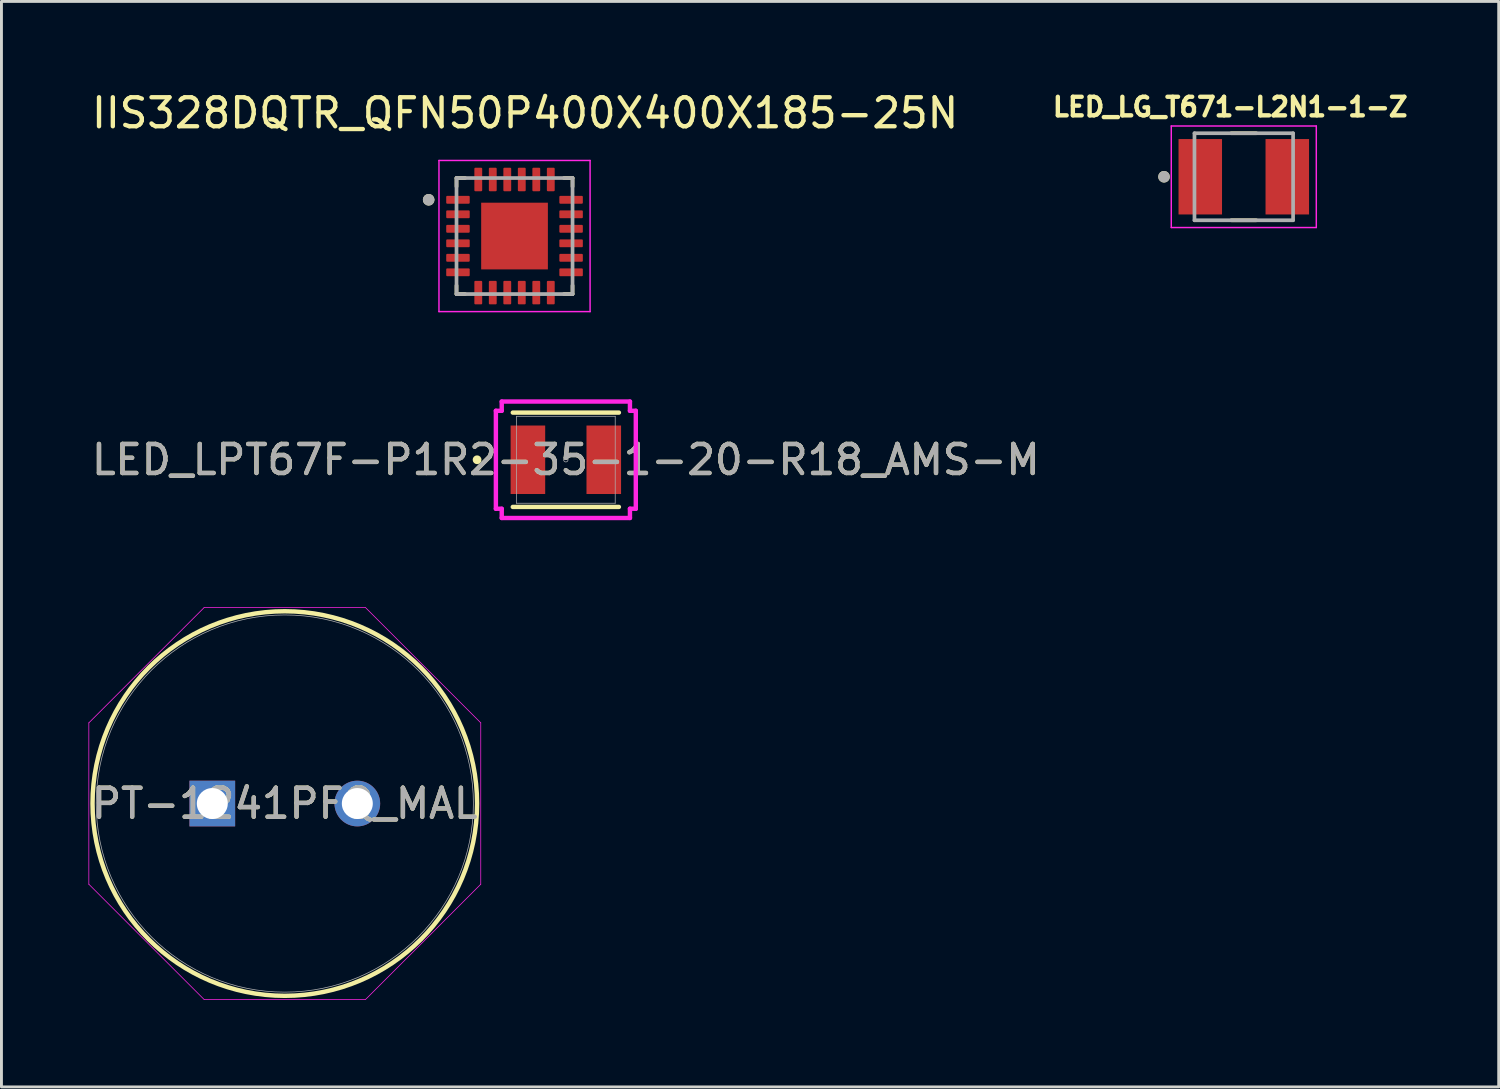
<source format=kicad_pcb>
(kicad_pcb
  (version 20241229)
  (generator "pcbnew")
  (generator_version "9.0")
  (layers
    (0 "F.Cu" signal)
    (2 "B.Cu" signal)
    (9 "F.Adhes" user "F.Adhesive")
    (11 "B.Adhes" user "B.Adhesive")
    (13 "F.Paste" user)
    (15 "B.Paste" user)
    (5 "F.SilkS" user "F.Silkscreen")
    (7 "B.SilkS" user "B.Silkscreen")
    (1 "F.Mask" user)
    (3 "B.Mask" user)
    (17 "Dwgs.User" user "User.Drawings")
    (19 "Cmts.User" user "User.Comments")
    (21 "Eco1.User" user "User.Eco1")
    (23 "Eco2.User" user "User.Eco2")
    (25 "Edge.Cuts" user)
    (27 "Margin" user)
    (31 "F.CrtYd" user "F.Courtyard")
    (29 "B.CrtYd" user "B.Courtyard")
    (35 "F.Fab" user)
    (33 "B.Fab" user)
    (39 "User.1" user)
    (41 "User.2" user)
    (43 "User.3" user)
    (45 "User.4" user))
  (footprint "LED_LPT67F-P1R2-35-1-20-R18_AMS-M"
    (layer "F.Cu")
    (at 16.458 12.801)
    (property "Reference" "LED_LPT67F-P1R2-35-1-20-R18_AMS-M" (at 0 0 0) (unlocked yes) (layer "F.SilkS") (effects (font (size 1 1) (thickness 0.15))))
    (attr smd)
    (fp_line (start -1.829 1.626) (end 1.829 1.626) (stroke (width 0.152) (type solid)) (layer "F.SilkS"))
    (fp_line (start 1.829 -1.626) (end -1.829 -1.626) (stroke (width 0.152) (type solid)) (layer "F.SilkS"))
    (fp_circle (center -3.06 0) (end -2.984 0) (stroke (width 0.152) (type solid)) (fill no) (layer "F.SilkS"))
    (fp_line (start -2.412 -1.689) (end -2.21 -1.689) (stroke (width 0.152) (type solid)) (layer "F.CrtYd"))
    (fp_line (start -2.412 1.689) (end -2.412 -1.689) (stroke (width 0.152) (type solid)) (layer "F.CrtYd"))
    (fp_line (start -2.412 1.689) (end -2.21 1.689) (stroke (width 0.152) (type solid)) (layer "F.CrtYd"))
    (fp_line (start -2.21 -2.007) (end 2.21 -2.007) (stroke (width 0.152) (type solid)) (layer "F.CrtYd"))
    (fp_line (start -2.21 -1.689) (end -2.21 -2.007) (stroke (width 0.152) (type solid)) (layer "F.CrtYd"))
    (fp_line (start -2.21 2.007) (end -2.21 1.689) (stroke (width 0.152) (type solid)) (layer "F.CrtYd"))
    (fp_line (start 2.21 -2.007) (end 2.21 -1.689) (stroke (width 0.152) (type solid)) (layer "F.CrtYd"))
    (fp_line (start 2.21 1.689) (end 2.21 2.007) (stroke (width 0.152) (type solid)) (layer "F.CrtYd"))
    (fp_line (start 2.21 2.007) (end -2.21 2.007) (stroke (width 0.152) (type solid)) (layer "F.CrtYd"))
    (fp_line (start 2.412 -1.689) (end 2.21 -1.689) (stroke (width 0.152) (type solid)) (layer "F.CrtYd"))
    (fp_line (start 2.412 -1.689) (end 2.412 1.689) (stroke (width 0.152) (type solid)) (layer "F.CrtYd"))
    (fp_line (start 2.412 1.689) (end 2.21 1.689) (stroke (width 0.152) (type solid)) (layer "F.CrtYd"))
    (fp_line (start -1.702 -1.499) (end -1.702 1.499) (stroke (width 0.025) (type solid)) (layer "F.Fab"))
    (fp_line (start -1.702 1.499) (end 1.702 1.499) (stroke (width 0.025) (type solid)) (layer "F.Fab"))
    (fp_line (start 1.702 -1.499) (end -1.702 -1.499) (stroke (width 0.025) (type solid)) (layer "F.Fab"))
    (fp_line (start 1.702 1.499) (end 1.702 -1.499) (stroke (width 0.025) (type solid)) (layer "F.Fab"))
    (fp_circle (center 0 0) (end 0.076 0) (stroke (width 0.025) (type solid)) (fill no) (layer "F.Fab"))
    (fp_text user "${REFERENCE}" (at 0 0 0) (unlocked yes) (layer "F.Fab") (effects (font (size 1 1) (thickness 0.15))))
    (pad "1" smd rect (at -1.308 0) (size 1.192 2.361) (layers "F.Cu" "F.Mask" "F.Paste"))
    (pad "2" smd rect (at 1.308 0) (size 1.192 2.361) (layers "F.Cu" "F.Mask" "F.Paste")))
  (footprint "LED_LG_T671-L2N1-1-Z"
    (layer "F.Cu")
    (at 39.831 3.044)
    (property "Reference" "LED_LG_T671-L2N1-1-Z" (at -0.468 -2.406 0) (layer "F.SilkS") (effects (font (size 0.64 0.64) (thickness 0.15))))
    (attr smd)
    (fp_line (start -0.43 -1.5) (end 0.43 -1.5) (stroke (width 0.127) (type solid)) (layer "F.SilkS"))
    (fp_line (start -0.43 1.5) (end 0.43 1.5) (stroke (width 0.127) (type solid)) (layer "F.SilkS"))
    (fp_circle (center -2.75 0) (end -2.65 0) (stroke (width 0.2) (type solid)) (fill no) (layer "F.SilkS"))
    (fp_line (start -2.5 -1.75) (end -2.5 1.75) (stroke (width 0.05) (type solid)) (layer "F.CrtYd"))
    (fp_line (start -2.5 1.75) (end 2.5 1.75) (stroke (width 0.05) (type solid)) (layer "F.CrtYd"))
    (fp_line (start 2.5 -1.75) (end -2.5 -1.75) (stroke (width 0.05) (type solid)) (layer "F.CrtYd"))
    (fp_line (start 2.5 1.75) (end 2.5 -1.75) (stroke (width 0.05) (type solid)) (layer "F.CrtYd"))
    (fp_line (start -1.7 -1.5) (end -1.7 1.5) (stroke (width 0.127) (type solid)) (layer "F.Fab"))
    (fp_line (start -1.7 -1.5) (end 1.7 -1.5) (stroke (width 0.127) (type solid)) (layer "F.Fab"))
    (fp_line (start -1.7 1.5) (end 1.7 1.5) (stroke (width 0.127) (type solid)) (layer "F.Fab"))
    (fp_line (start 1.7 -1.5) (end 1.7 1.5) (stroke (width 0.127) (type solid)) (layer "F.Fab"))
    (fp_circle (center -2.75 0) (end -2.65 0) (stroke (width 0.2) (type solid)) (fill no) (layer "F.Fab"))
    (pad "1" smd rect (at -1.5 0) (size 1.5 2.6) (layers "F.Cu" "F.Mask" "F.Paste"))
    (pad "2" smd rect (at 1.5 0) (size 1.5 2.6) (layers "F.Cu" "F.Mask" "F.Paste")))
  (footprint "IIS328DQTR_QFN50P400X400X185-25N"
    (layer "F.Cu")
    (at 14.689 5.088)
    (property "Reference" "IIS328DQTR_QFN50P400X400X185-25N" (at 0.365 -4.24 0) (layer "F.SilkS") (effects (font (size 1 1) (thickness 0.15))))
    (attr smd)
    (fp_line (start -2 -2) (end -2 -1.705) (stroke (width 0.127) (type solid)) (layer "F.SilkS"))
    (fp_line (start -2 -2) (end -1.705 -2) (stroke (width 0.127) (type solid)) (layer "F.SilkS"))
    (fp_line (start -2 2) (end -2 1.705) (stroke (width 0.127) (type solid)) (layer "F.SilkS"))
    (fp_line (start -2 2) (end -1.705 2) (stroke (width 0.127) (type solid)) (layer "F.SilkS"))
    (fp_line (start 2 -2) (end 1.705 -2) (stroke (width 0.127) (type solid)) (layer "F.SilkS"))
    (fp_line (start 2 -2) (end 2 -1.705) (stroke (width 0.127) (type solid)) (layer "F.SilkS"))
    (fp_line (start 2 2) (end 1.705 2) (stroke (width 0.127) (type solid)) (layer "F.SilkS"))
    (fp_line (start 2 2) (end 2 1.705) (stroke (width 0.127) (type solid)) (layer "F.SilkS"))
    (fp_circle (center -2.96 -1.25) (end -2.86 -1.25) (stroke (width 0.2) (type solid)) (fill no) (layer "F.SilkS"))
    (fp_poly (pts (xy -0.73 -0.73) (xy 0.73 -0.73) (xy 0.73 0.73) (xy -0.73 0.73)) (stroke (width 0.01) (type solid)) (fill yes) (layer "F.Paste"))
    (fp_line (start -2.605 -2.605) (end 2.605 -2.605) (stroke (width 0.05) (type solid)) (layer "F.CrtYd"))
    (fp_line (start -2.605 2.605) (end -2.605 -2.605) (stroke (width 0.05) (type solid)) (layer "F.CrtYd"))
    (fp_line (start -2.605 2.605) (end 2.605 2.605) (stroke (width 0.05) (type solid)) (layer "F.CrtYd"))
    (fp_line (start 2.605 2.605) (end 2.605 -2.605) (stroke (width 0.05) (type solid)) (layer "F.CrtYd"))
    (fp_line (start -2 2) (end -2 -2) (stroke (width 0.127) (type solid)) (layer "F.Fab"))
    (fp_line (start 2 -2) (end -2 -2) (stroke (width 0.127) (type solid)) (layer "F.Fab"))
    (fp_line (start 2 2) (end -2 2) (stroke (width 0.127) (type solid)) (layer "F.Fab"))
    (fp_line (start 2 2) (end 2 -2) (stroke (width 0.127) (type solid)) (layer "F.Fab"))
    (fp_circle (center -2.96 -1.25) (end -2.86 -1.25) (stroke (width 0.2) (type solid)) (fill no) (layer "F.Fab"))
    (pad "1" smd roundrect (at -1.95 -1.25) (size 0.81 0.27) (layers "F.Cu" "F.Mask" "F.Paste") (roundrect_rratio 0.125))
    (pad "2" smd roundrect (at -1.95 -0.75) (size 0.81 0.27) (layers "F.Cu" "F.Mask" "F.Paste") (roundrect_rratio 0.125))
    (pad "3" smd roundrect (at -1.95 -0.25) (size 0.81 0.27) (layers "F.Cu" "F.Mask" "F.Paste") (roundrect_rratio 0.125))
    (pad "4" smd roundrect (at -1.95 0.25) (size 0.81 0.27) (layers "F.Cu" "F.Mask" "F.Paste") (roundrect_rratio 0.125))
    (pad "5" smd roundrect (at -1.95 0.75) (size 0.81 0.27) (layers "F.Cu" "F.Mask" "F.Paste") (roundrect_rratio 0.125))
    (pad "6" smd roundrect (at -1.95 1.25) (size 0.81 0.27) (layers "F.Cu" "F.Mask" "F.Paste") (roundrect_rratio 0.125))
    (pad "7" smd roundrect (at -1.25 1.95) (size 0.27 0.81) (layers "F.Cu" "F.Mask" "F.Paste") (roundrect_rratio 0.125))
    (pad "8" smd roundrect (at -0.75 1.95) (size 0.27 0.81) (layers "F.Cu" "F.Mask" "F.Paste") (roundrect_rratio 0.125))
    (pad "9" smd roundrect (at -0.25 1.95) (size 0.27 0.81) (layers "F.Cu" "F.Mask" "F.Paste") (roundrect_rratio 0.125))
    (pad "10" smd roundrect (at 0.25 1.95) (size 0.27 0.81) (layers "F.Cu" "F.Mask" "F.Paste") (roundrect_rratio 0.125))
    (pad "11" smd roundrect (at 0.75 1.95) (size 0.27 0.81) (layers "F.Cu" "F.Mask" "F.Paste") (roundrect_rratio 0.125))
    (pad "12" smd roundrect (at 1.25 1.95) (size 0.27 0.81) (layers "F.Cu" "F.Mask" "F.Paste") (roundrect_rratio 0.125))
    (pad "13" smd roundrect (at 1.95 1.25) (size 0.81 0.27) (layers "F.Cu" "F.Mask" "F.Paste") (roundrect_rratio 0.125))
    (pad "14" smd roundrect (at 1.95 0.75) (size 0.81 0.27) (layers "F.Cu" "F.Mask" "F.Paste") (roundrect_rratio 0.125))
    (pad "15" smd roundrect (at 1.95 0.25) (size 0.81 0.27) (layers "F.Cu" "F.Mask" "F.Paste") (roundrect_rratio 0.125))
    (pad "16" smd roundrect (at 1.95 -0.25) (size 0.81 0.27) (layers "F.Cu" "F.Mask" "F.Paste") (roundrect_rratio 0.125))
    (pad "17" smd roundrect (at 1.95 -0.75) (size 0.81 0.27) (layers "F.Cu" "F.Mask" "F.Paste") (roundrect_rratio 0.125))
    (pad "18" smd roundrect (at 1.95 -1.25) (size 0.81 0.27) (layers "F.Cu" "F.Mask" "F.Paste") (roundrect_rratio 0.125))
    (pad "19" smd roundrect (at 1.25 -1.95) (size 0.27 0.81) (layers "F.Cu" "F.Mask" "F.Paste") (roundrect_rratio 0.125))
    (pad "20" smd roundrect (at 0.75 -1.95) (size 0.27 0.81) (layers "F.Cu" "F.Mask" "F.Paste") (roundrect_rratio 0.125))
    (pad "21" smd roundrect (at 0.25 -1.95) (size 0.27 0.81) (layers "F.Cu" "F.Mask" "F.Paste") (roundrect_rratio 0.125))
    (pad "22" smd roundrect (at -0.25 -1.95) (size 0.27 0.81) (layers "F.Cu" "F.Mask" "F.Paste") (roundrect_rratio 0.125))
    (pad "23" smd roundrect (at -0.75 -1.95) (size 0.27 0.81) (layers "F.Cu" "F.Mask" "F.Paste") (roundrect_rratio 0.125))
    (pad "24" smd roundrect (at -1.25 -1.95) (size 0.27 0.81) (layers "F.Cu" "F.Mask" "F.Paste") (roundrect_rratio 0.125))
    (pad "25" smd rect (at 0 0) (size 2.3 2.3) (layers "F.Cu" "F.Mask")))
  (footprint "PT-1241PFQ_MAL"
    (layer "F.Cu")
    (at 6.769 24.653)
    (property "Reference" "PT-1241PFQ_MAL" (at 0 0 0) (unlocked yes) (layer "F.SilkS") (effects (font (size 1 1) (thickness 0.15))))
    (attr through_hole)
    (fp_circle (center 0 0) (end 6.629 0) (stroke (width 0.152) (type solid)) (fill no) (layer "F.SilkS"))
    (fp_line (start -6.756 -2.782) (end -2.782 -6.756) (stroke (width 0.025) (type solid)) (layer "F.CrtYd"))
    (fp_line (start -6.756 2.782) (end -6.756 -2.782) (stroke (width 0.025) (type solid)) (layer "F.CrtYd"))
    (fp_line (start -2.782 -6.756) (end 2.782 -6.756) (stroke (width 0.025) (type solid)) (layer "F.CrtYd"))
    (fp_line (start -2.782 6.756) (end -6.756 2.782) (stroke (width 0.025) (type solid)) (layer "F.CrtYd"))
    (fp_line (start 2.782 -6.756) (end 6.756 -2.782) (stroke (width 0.025) (type solid)) (layer "F.CrtYd"))
    (fp_line (start 2.782 6.756) (end -2.782 6.756) (stroke (width 0.025) (type solid)) (layer "F.CrtYd"))
    (fp_line (start 6.756 -2.782) (end 6.756 2.782) (stroke (width 0.025) (type solid)) (layer "F.CrtYd"))
    (fp_line (start 6.756 2.782) (end 2.782 6.756) (stroke (width 0.025) (type solid)) (layer "F.CrtYd"))
    (fp_circle (center 0 0) (end 6.502 0) (stroke (width 0.025) (type solid)) (fill no) (layer "F.Fab"))
    (fp_text user "${REFERENCE}" (at 0 0 0) (unlocked yes) (layer "F.Fab") (effects (font (size 1 1) (thickness 0.15))))
    (pad "1" thru_hole rect (at -2.5 0) (size 1.575 1.575) (drill 1.067) (layers "*.Cu" "*.Mask"))
    (pad "2" thru_hole circle (at 2.5 0) (size 1.575 1.575) (drill 1.067) (layers "*.Cu" "*.Mask")))
  (gr_rect
    (start -3 -3)
    (end 48.62 34.422)
    (stroke (width 0.1) (type default))
    (fill no)
    (layer "Edge.Cuts")))
</source>
